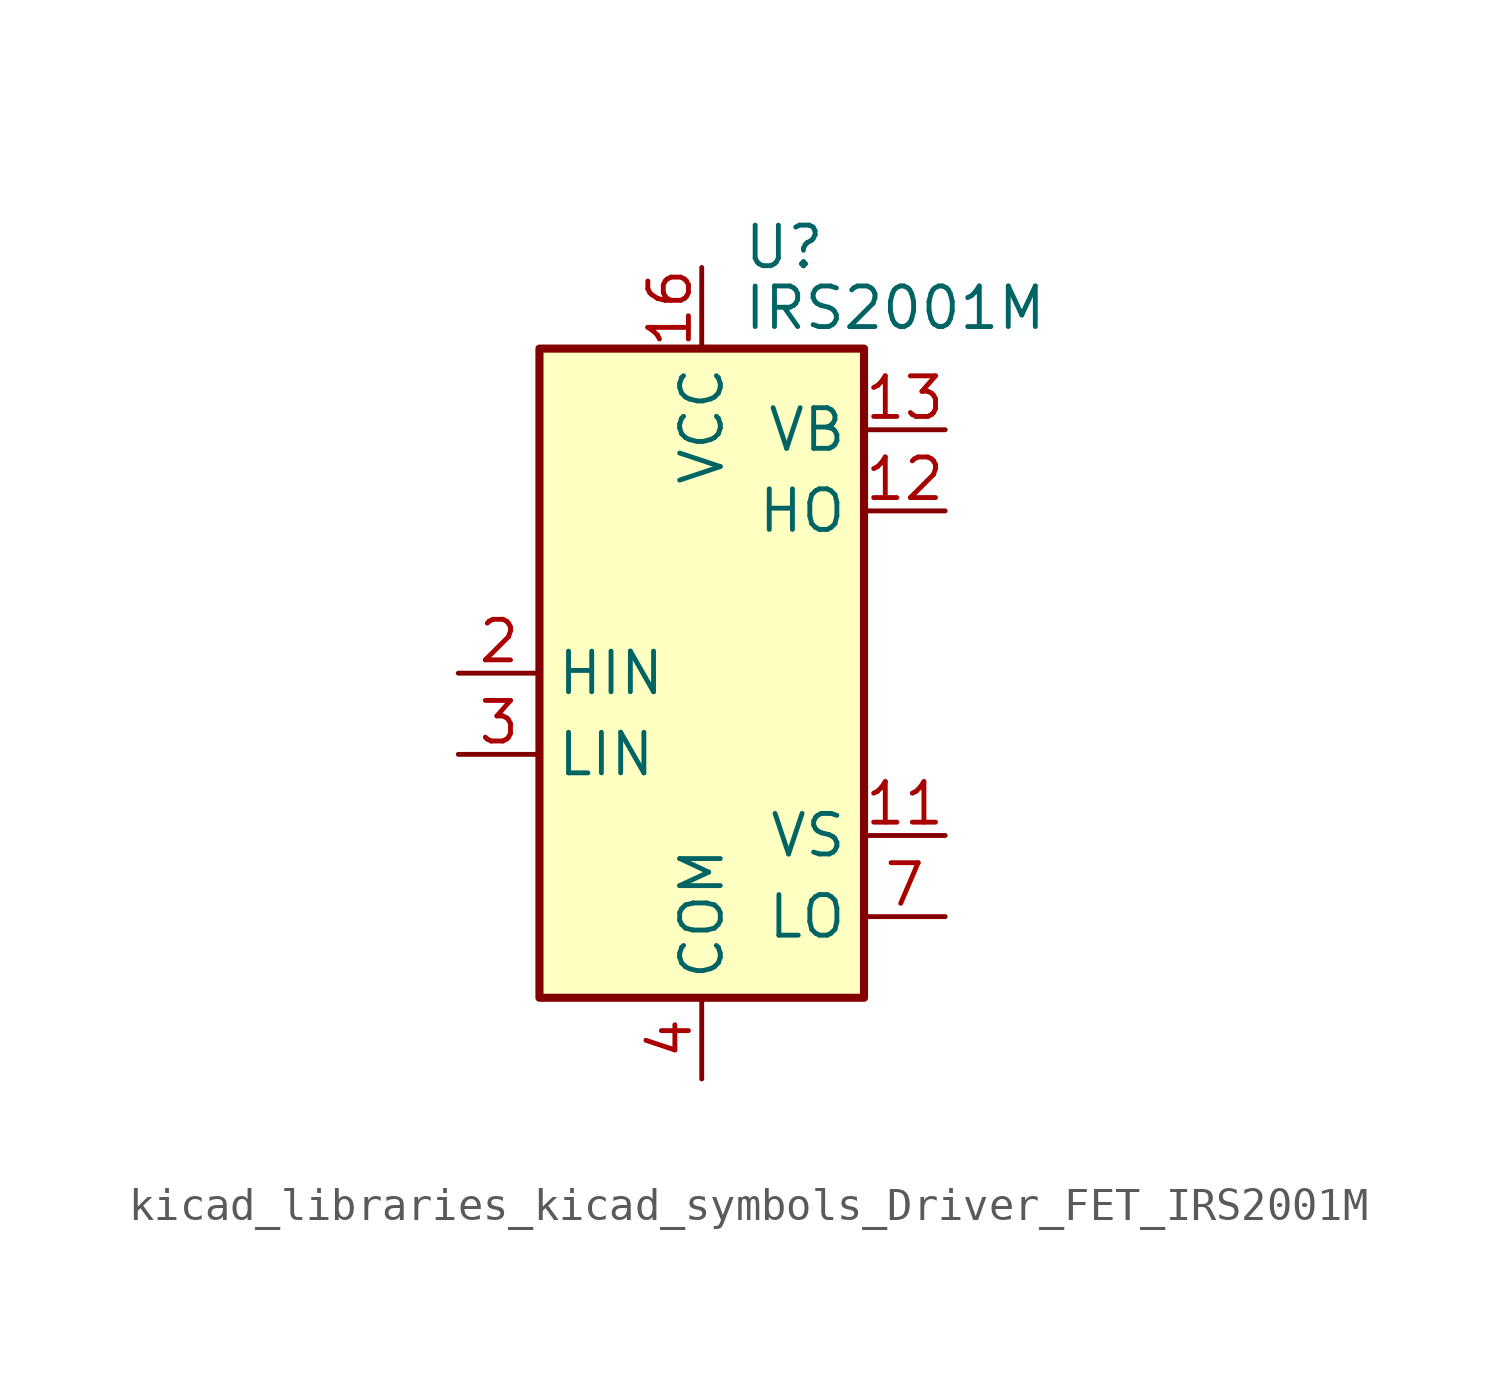
<source format=kicad_sym>
(kicad_symbol_lib
  (version 20220914)
  (generator kicad_symbol_editor)
  (symbol "kicad_libraries_kicad_symbols_Driver_FET_IRS2001M"
    (property "Reference" "U"
      (at 1.27 13.335 0)
      (effects (font (size 1.27 1.27)) (justify left)))
    (property "Value" "IRS2001M"
      (at 1.27 11.43 0)
      (effects (font (size 1.27 1.27)) (justify left)))
    (symbol "kicad_libraries_kicad_symbols_Driver_FET_IRS2001M_0_1"
      (rectangle (start -5.08 -10.16) (end 5.08 10.16) (stroke (width 0.254) (type default)) (fill (type background))))
    (symbol "kicad_libraries_kicad_symbols_Driver_FET_IRS2001M_1_1"
      (pin no_connect line (at -5.08 7.62 0) (length 2.54) hide (name "NC" (effects (font (size 1.27 1.27)))) (number "1" (effects (font (size 1.27 1.27)))))
      (pin passive line (at 7.62 -5.08 180) (length 2.54) (name "VS" (effects (font (size 1.27 1.27)))) (number "11" (effects (font (size 1.27 1.27)))))
      (pin output line (at 7.62 5.08 180) (length 2.54) (name "HO" (effects (font (size 1.27 1.27)))) (number "12" (effects (font (size 1.27 1.27)))))
      (pin passive line (at 7.62 7.62 180) (length 2.54) (name "VB" (effects (font (size 1.27 1.27)))) (number "13" (effects (font (size 1.27 1.27)))))
      (pin no_connect line (at 5.08 -2.54 180) (length 2.54) hide (name "NC" (effects (font (size 1.27 1.27)))) (number "14" (effects (font (size 1.27 1.27)))))
      (pin power_in line (at 0 12.7 270) (length 2.54) (name "VCC" (effects (font (size 1.27 1.27)))) (number "16" (effects (font (size 1.27 1.27)))))
      (pin passive line (at 0 -12.7 90) (length 2.54) hide (name "COM" (effects (font (size 1.27 1.27)))) (number "17" (effects (font (size 1.27 1.27)))))
      (pin input line (at -7.62 0 0) (length 2.54) (name "HIN" (effects (font (size 1.27 1.27)))) (number "2" (effects (font (size 1.27 1.27)))))
      (pin input line (at -7.62 -2.54 0) (length 2.54) (name "LIN" (effects (font (size 1.27 1.27)))) (number "3" (effects (font (size 1.27 1.27)))))
      (pin power_in line (at 0 -12.7 90) (length 2.54) (name "COM" (effects (font (size 1.27 1.27)))) (number "4" (effects (font (size 1.27 1.27)))))
      (pin no_connect line (at -5.08 5.08 0) (length 2.54) hide (name "NC" (effects (font (size 1.27 1.27)))) (number "5" (effects (font (size 1.27 1.27)))))
      (pin no_connect line (at -5.08 2.54 0) (length 2.54) hide (name "NC" (effects (font (size 1.27 1.27)))) (number "6" (effects (font (size 1.27 1.27)))))
      (pin output line (at 7.62 -7.62 180) (length 2.54) (name "LO" (effects (font (size 1.27 1.27)))) (number "7" (effects (font (size 1.27 1.27)))))
      (pin no_connect line (at 5.08 2.54 180) (length 2.54) hide (name "NC" (effects (font (size 1.27 1.27)))) (number "8" (effects (font (size 1.27 1.27)))))
      (pin no_connect line (at 5.08 0 180) (length 2.54) hide (name "NC" (effects (font (size 1.27 1.27)))) (number "9" (effects (font (size 1.27 1.27))))))))
</source>
